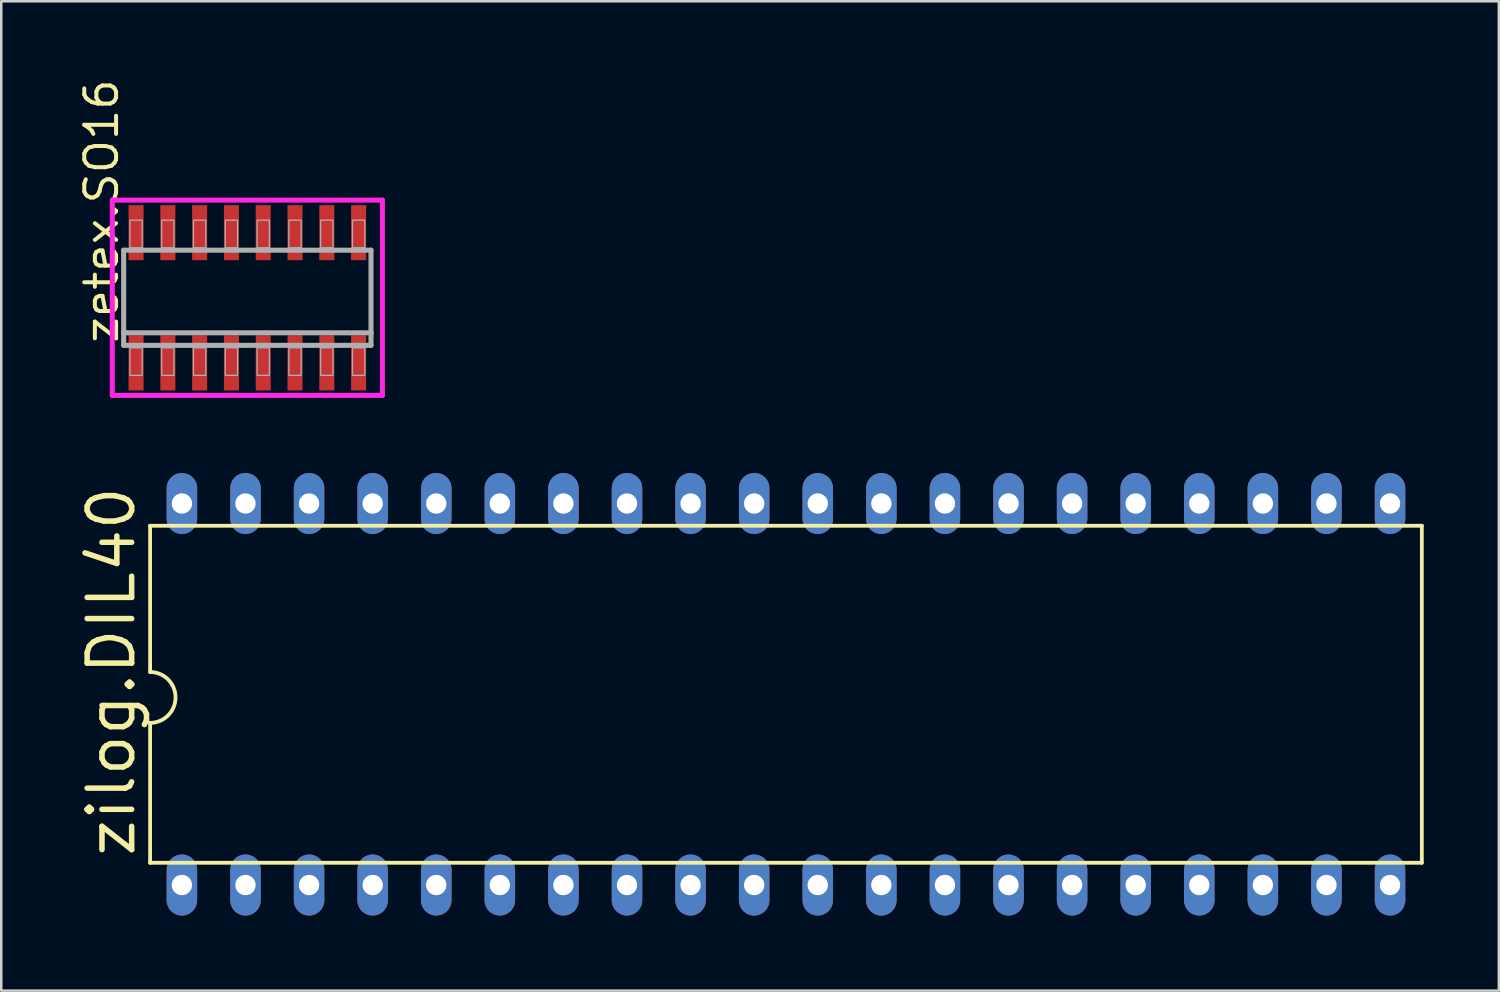
<source format=kicad_pcb>
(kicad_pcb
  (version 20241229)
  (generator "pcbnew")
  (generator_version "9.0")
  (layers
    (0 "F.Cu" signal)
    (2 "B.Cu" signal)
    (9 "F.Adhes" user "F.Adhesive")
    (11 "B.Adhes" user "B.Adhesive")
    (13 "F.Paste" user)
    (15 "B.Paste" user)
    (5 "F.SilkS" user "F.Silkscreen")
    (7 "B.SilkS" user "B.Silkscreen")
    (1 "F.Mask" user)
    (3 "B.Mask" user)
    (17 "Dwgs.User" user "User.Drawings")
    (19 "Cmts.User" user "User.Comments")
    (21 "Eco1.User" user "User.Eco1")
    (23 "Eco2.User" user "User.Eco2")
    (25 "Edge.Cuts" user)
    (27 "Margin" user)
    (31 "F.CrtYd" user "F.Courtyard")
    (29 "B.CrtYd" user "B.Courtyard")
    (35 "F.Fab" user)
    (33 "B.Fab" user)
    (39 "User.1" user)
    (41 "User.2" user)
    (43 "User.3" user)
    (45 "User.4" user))
  (footprint "zetex.SO16"
    (layer "F.Cu")
    (at 6.83 8.844)
    (property "Reference" "zetex.SO16" (at -5.08 1.905 90) (layer "F.SilkS") (effects (font (size 1.27 1.27) (thickness 0.16)) (justify left bottom)))
    (attr smd)
    (fp_line (start -5.395 -3.9) (end 5.395 -3.9) (stroke (width 0.2) (type default)) (layer "F.CrtYd"))
    (fp_line (start -5.395 3.9) (end -5.395 -3.9) (stroke (width 0.2) (type default)) (layer "F.CrtYd"))
    (fp_line (start 5.395 -3.9) (end 5.395 3.9) (stroke (width 0.2) (type default)) (layer "F.CrtYd"))
    (fp_line (start 5.395 3.9) (end -5.395 3.9) (stroke (width 0.2) (type default)) (layer "F.CrtYd"))
    (fp_line (start -4.94 -1.9) (end 4.94 -1.9) (stroke (width 0.203) (type default)) (layer "F.Fab"))
    (fp_line (start -4.94 1.4) (end -4.94 -1.9) (stroke (width 0.203) (type default)) (layer "F.Fab"))
    (fp_line (start -4.94 1.9) (end -4.94 1.4) (stroke (width 0.203) (type default)) (layer "F.Fab"))
    (fp_line (start 4.94 -1.9) (end 4.94 1.4) (stroke (width 0.203) (type default)) (layer "F.Fab"))
    (fp_line (start 4.94 1.4) (end -4.94 1.4) (stroke (width 0.203) (type default)) (layer "F.Fab"))
    (fp_line (start 4.94 1.4) (end 4.94 1.9) (stroke (width 0.203) (type default)) (layer "F.Fab"))
    (fp_line (start 4.94 1.9) (end -4.94 1.9) (stroke (width 0.203) (type default)) (layer "F.Fab"))
    (fp_rect (start -4.69 -2) (end -4.2 -3.1) (stroke (width 0.05) (type default)) (fill no) (layer "F.Fab"))
    (fp_rect (start -4.69 3.1) (end -4.2 2) (stroke (width 0.05) (type default)) (fill no) (layer "F.Fab"))
    (fp_rect (start -3.42 -2) (end -2.93 -3.1) (stroke (width 0.05) (type default)) (fill no) (layer "F.Fab"))
    (fp_rect (start -3.42 3.1) (end -2.93 2) (stroke (width 0.05) (type default)) (fill no) (layer "F.Fab"))
    (fp_rect (start -2.15 -2) (end -1.66 -3.1) (stroke (width 0.05) (type default)) (fill no) (layer "F.Fab"))
    (fp_rect (start -2.15 3.1) (end -1.66 2) (stroke (width 0.05) (type default)) (fill no) (layer "F.Fab"))
    (fp_rect (start -0.88 -2) (end -0.39 -3.1) (stroke (width 0.05) (type default)) (fill no) (layer "F.Fab"))
    (fp_rect (start -0.88 3.1) (end -0.39 2) (stroke (width 0.05) (type default)) (fill no) (layer "F.Fab"))
    (fp_rect (start 0.39 -2) (end 0.88 -3.1) (stroke (width 0.05) (type default)) (fill no) (layer "F.Fab"))
    (fp_rect (start 0.39 3.1) (end 0.88 2) (stroke (width 0.05) (type default)) (fill no) (layer "F.Fab"))
    (fp_rect (start 1.66 -2) (end 2.15 -3.1) (stroke (width 0.05) (type default)) (fill no) (layer "F.Fab"))
    (fp_rect (start 1.66 3.1) (end 2.15 2) (stroke (width 0.05) (type default)) (fill no) (layer "F.Fab"))
    (fp_rect (start 2.93 -2) (end 3.42 -3.1) (stroke (width 0.05) (type default)) (fill no) (layer "F.Fab"))
    (fp_rect (start 2.93 3.1) (end 3.42 2) (stroke (width 0.05) (type default)) (fill no) (layer "F.Fab"))
    (fp_rect (start 4.2 -2) (end 4.69 -3.1) (stroke (width 0.05) (type default)) (fill no) (layer "F.Fab"))
    (fp_rect (start 4.2 3.1) (end 4.69 2) (stroke (width 0.05) (type default)) (fill no) (layer "F.Fab"))
    (pad "1" smd roundrect (at -4.445 2.6) (size 0.6 2.2) (layers "F.Cu" "F.Mask" "F.Paste") (roundrect_rratio 0.01))
    (pad "2" smd roundrect (at -3.175 2.6) (size 0.6 2.2) (layers "F.Cu" "F.Mask" "F.Paste") (roundrect_rratio 0.01))
    (pad "3" smd roundrect (at -1.905 2.6) (size 0.6 2.2) (layers "F.Cu" "F.Mask" "F.Paste") (roundrect_rratio 0.01))
    (pad "4" smd roundrect (at -0.635 2.6) (size 0.6 2.2) (layers "F.Cu" "F.Mask" "F.Paste") (roundrect_rratio 0.01))
    (pad "5" smd roundrect (at 0.635 2.6) (size 0.6 2.2) (layers "F.Cu" "F.Mask" "F.Paste") (roundrect_rratio 0.01))
    (pad "6" smd roundrect (at 1.905 2.6) (size 0.6 2.2) (layers "F.Cu" "F.Mask" "F.Paste") (roundrect_rratio 0.01))
    (pad "7" smd roundrect (at 3.175 2.6) (size 0.6 2.2) (layers "F.Cu" "F.Mask" "F.Paste") (roundrect_rratio 0.01))
    (pad "8" smd roundrect (at 4.445 2.6) (size 0.6 2.2) (layers "F.Cu" "F.Mask" "F.Paste") (roundrect_rratio 0.01))
    (pad "9" smd roundrect (at 4.445 -2.6) (size 0.6 2.2) (layers "F.Cu" "F.Mask" "F.Paste") (roundrect_rratio 0.01))
    (pad "10" smd roundrect (at 3.175 -2.6) (size 0.6 2.2) (layers "F.Cu" "F.Mask" "F.Paste") (roundrect_rratio 0.01))
    (pad "11" smd roundrect (at 1.905 -2.6) (size 0.6 2.2) (layers "F.Cu" "F.Mask" "F.Paste") (roundrect_rratio 0.01))
    (pad "12" smd roundrect (at 0.635 -2.6) (size 0.6 2.2) (layers "F.Cu" "F.Mask" "F.Paste") (roundrect_rratio 0.01))
    (pad "13" smd roundrect (at -0.635 -2.6) (size 0.6 2.2) (layers "F.Cu" "F.Mask" "F.Paste") (roundrect_rratio 0.01))
    (pad "14" smd roundrect (at -1.905 -2.6) (size 0.6 2.2) (layers "F.Cu" "F.Mask" "F.Paste") (roundrect_rratio 0.01))
    (pad "15" smd roundrect (at -3.175 -2.6) (size 0.6 2.2) (layers "F.Cu" "F.Mask" "F.Paste") (roundrect_rratio 0.01))
    (pad "16" smd roundrect (at -4.445 -2.6) (size 0.6 2.2) (layers "F.Cu" "F.Mask" "F.Paste") (roundrect_rratio 0.01)))
  (footprint "zilog.DIL40"
    (layer "F.Cu")
    (at 28.346 24.683)
    (property "Reference" "zilog.DIL40" (at -25.908 6.604 90) (layer "F.SilkS") (effects (font (size 1.778 1.778) (thickness 0.22)) (justify left bottom)))
    (attr through_hole)
    (fp_line (start -25.4 -6.731) (end -25.4 -0.889) (stroke (width 0.152) (type default)) (layer "F.SilkS"))
    (fp_line (start -25.4 6.731) (end -25.4 1.143) (stroke (width 0.152) (type default)) (layer "F.SilkS"))
    (fp_line (start -25.4 6.731) (end 25.4 6.731) (stroke (width 0.152) (type default)) (layer "F.SilkS"))
    (fp_line (start 25.4 -6.731) (end -25.4 -6.731) (stroke (width 0.152) (type default)) (layer "F.SilkS"))
    (fp_line (start 25.4 -6.731) (end 25.4 6.731) (stroke (width 0.152) (type default)) (layer "F.SilkS"))
    (fp_arc (start -25.4 -0.889) (mid -24.384 0.127) (end -25.4 1.143) (stroke (width 0.1524) (type default)) (layer "F.SilkS"))
    (pad "1" thru_hole oval (at -24.13 7.62 90) (size 2.438 1.219) (drill 0.813) (layers "*.Cu" "*.Mask"))
    (pad "2" thru_hole oval (at -21.59 7.62 90) (size 2.438 1.219) (drill 0.813) (layers "*.Cu" "*.Mask"))
    (pad "3" thru_hole oval (at -19.05 7.62 90) (size 2.438 1.219) (drill 0.813) (layers "*.Cu" "*.Mask"))
    (pad "4" thru_hole oval (at -16.51 7.62 90) (size 2.438 1.219) (drill 0.813) (layers "*.Cu" "*.Mask"))
    (pad "5" thru_hole oval (at -13.97 7.62 90) (size 2.438 1.219) (drill 0.813) (layers "*.Cu" "*.Mask"))
    (pad "6" thru_hole oval (at -11.43 7.62 90) (size 2.438 1.219) (drill 0.813) (layers "*.Cu" "*.Mask"))
    (pad "7" thru_hole oval (at -8.89 7.62 90) (size 2.438 1.219) (drill 0.813) (layers "*.Cu" "*.Mask"))
    (pad "8" thru_hole oval (at -6.35 7.62 90) (size 2.438 1.219) (drill 0.813) (layers "*.Cu" "*.Mask"))
    (pad "9" thru_hole oval (at -3.81 7.62 90) (size 2.438 1.219) (drill 0.813) (layers "*.Cu" "*.Mask"))
    (pad "10" thru_hole oval (at -1.27 7.62 90) (size 2.438 1.219) (drill 0.813) (layers "*.Cu" "*.Mask"))
    (pad "11" thru_hole oval (at 1.27 7.62 90) (size 2.438 1.219) (drill 0.813) (layers "*.Cu" "*.Mask"))
    (pad "12" thru_hole oval (at 3.81 7.62 90) (size 2.438 1.219) (drill 0.813) (layers "*.Cu" "*.Mask"))
    (pad "13" thru_hole oval (at 6.35 7.62 90) (size 2.438 1.219) (drill 0.813) (layers "*.Cu" "*.Mask"))
    (pad "14" thru_hole oval (at 8.89 7.62 90) (size 2.438 1.219) (drill 0.813) (layers "*.Cu" "*.Mask"))
    (pad "15" thru_hole oval (at 11.43 7.62 90) (size 2.438 1.219) (drill 0.813) (layers "*.Cu" "*.Mask"))
    (pad "16" thru_hole oval (at 13.97 7.62 90) (size 2.438 1.219) (drill 0.813) (layers "*.Cu" "*.Mask"))
    (pad "17" thru_hole oval (at 16.51 7.62 90) (size 2.438 1.219) (drill 0.813) (layers "*.Cu" "*.Mask"))
    (pad "18" thru_hole oval (at 19.05 7.62 90) (size 2.438 1.219) (drill 0.813) (layers "*.Cu" "*.Mask"))
    (pad "19" thru_hole oval (at 21.59 7.62 90) (size 2.438 1.219) (drill 0.813) (layers "*.Cu" "*.Mask"))
    (pad "20" thru_hole oval (at 24.13 7.62 90) (size 2.438 1.219) (drill 0.813) (layers "*.Cu" "*.Mask"))
    (pad "21" thru_hole oval (at 24.13 -7.62 90) (size 2.438 1.219) (drill 0.813) (layers "*.Cu" "*.Mask"))
    (pad "22" thru_hole oval (at 21.59 -7.62 90) (size 2.438 1.219) (drill 0.813) (layers "*.Cu" "*.Mask"))
    (pad "23" thru_hole oval (at 19.05 -7.62 90) (size 2.438 1.219) (drill 0.813) (layers "*.Cu" "*.Mask"))
    (pad "24" thru_hole oval (at 16.51 -7.62 90) (size 2.438 1.219) (drill 0.813) (layers "*.Cu" "*.Mask"))
    (pad "25" thru_hole oval (at 13.97 -7.62 90) (size 2.438 1.219) (drill 0.813) (layers "*.Cu" "*.Mask"))
    (pad "26" thru_hole oval (at 11.43 -7.62 90) (size 2.438 1.219) (drill 0.813) (layers "*.Cu" "*.Mask"))
    (pad "27" thru_hole oval (at 8.89 -7.62 90) (size 2.438 1.219) (drill 0.813) (layers "*.Cu" "*.Mask"))
    (pad "28" thru_hole oval (at 6.35 -7.62 90) (size 2.438 1.219) (drill 0.813) (layers "*.Cu" "*.Mask"))
    (pad "29" thru_hole oval (at 3.81 -7.62 90) (size 2.438 1.219) (drill 0.813) (layers "*.Cu" "*.Mask"))
    (pad "30" thru_hole oval (at 1.27 -7.62 90) (size 2.438 1.219) (drill 0.813) (layers "*.Cu" "*.Mask"))
    (pad "31" thru_hole oval (at -1.27 -7.62 90) (size 2.438 1.219) (drill 0.813) (layers "*.Cu" "*.Mask"))
    (pad "32" thru_hole oval (at -3.81 -7.62 90) (size 2.438 1.219) (drill 0.813) (layers "*.Cu" "*.Mask"))
    (pad "33" thru_hole oval (at -6.35 -7.62 90) (size 2.438 1.219) (drill 0.813) (layers "*.Cu" "*.Mask"))
    (pad "34" thru_hole oval (at -8.89 -7.62 90) (size 2.438 1.219) (drill 0.813) (layers "*.Cu" "*.Mask"))
    (pad "35" thru_hole oval (at -11.43 -7.62 90) (size 2.438 1.219) (drill 0.813) (layers "*.Cu" "*.Mask"))
    (pad "36" thru_hole oval (at -13.97 -7.62 90) (size 2.438 1.219) (drill 0.813) (layers "*.Cu" "*.Mask"))
    (pad "37" thru_hole oval (at -16.51 -7.62 90) (size 2.438 1.219) (drill 0.813) (layers "*.Cu" "*.Mask"))
    (pad "38" thru_hole oval (at -19.05 -7.62 90) (size 2.438 1.219) (drill 0.813) (layers "*.Cu" "*.Mask"))
    (pad "39" thru_hole oval (at -21.59 -7.62 90) (size 2.438 1.219) (drill 0.813) (layers "*.Cu" "*.Mask"))
    (pad "40" thru_hole oval (at -24.13 -7.62 90) (size 2.438 1.219) (drill 0.813) (layers "*.Cu" "*.Mask")))
  (gr_rect
    (start -3 -3)
    (end 56.822 36.522)
    (stroke (width 0.1) (type default))
    (fill no)
    (layer "Edge.Cuts")))
</source>
